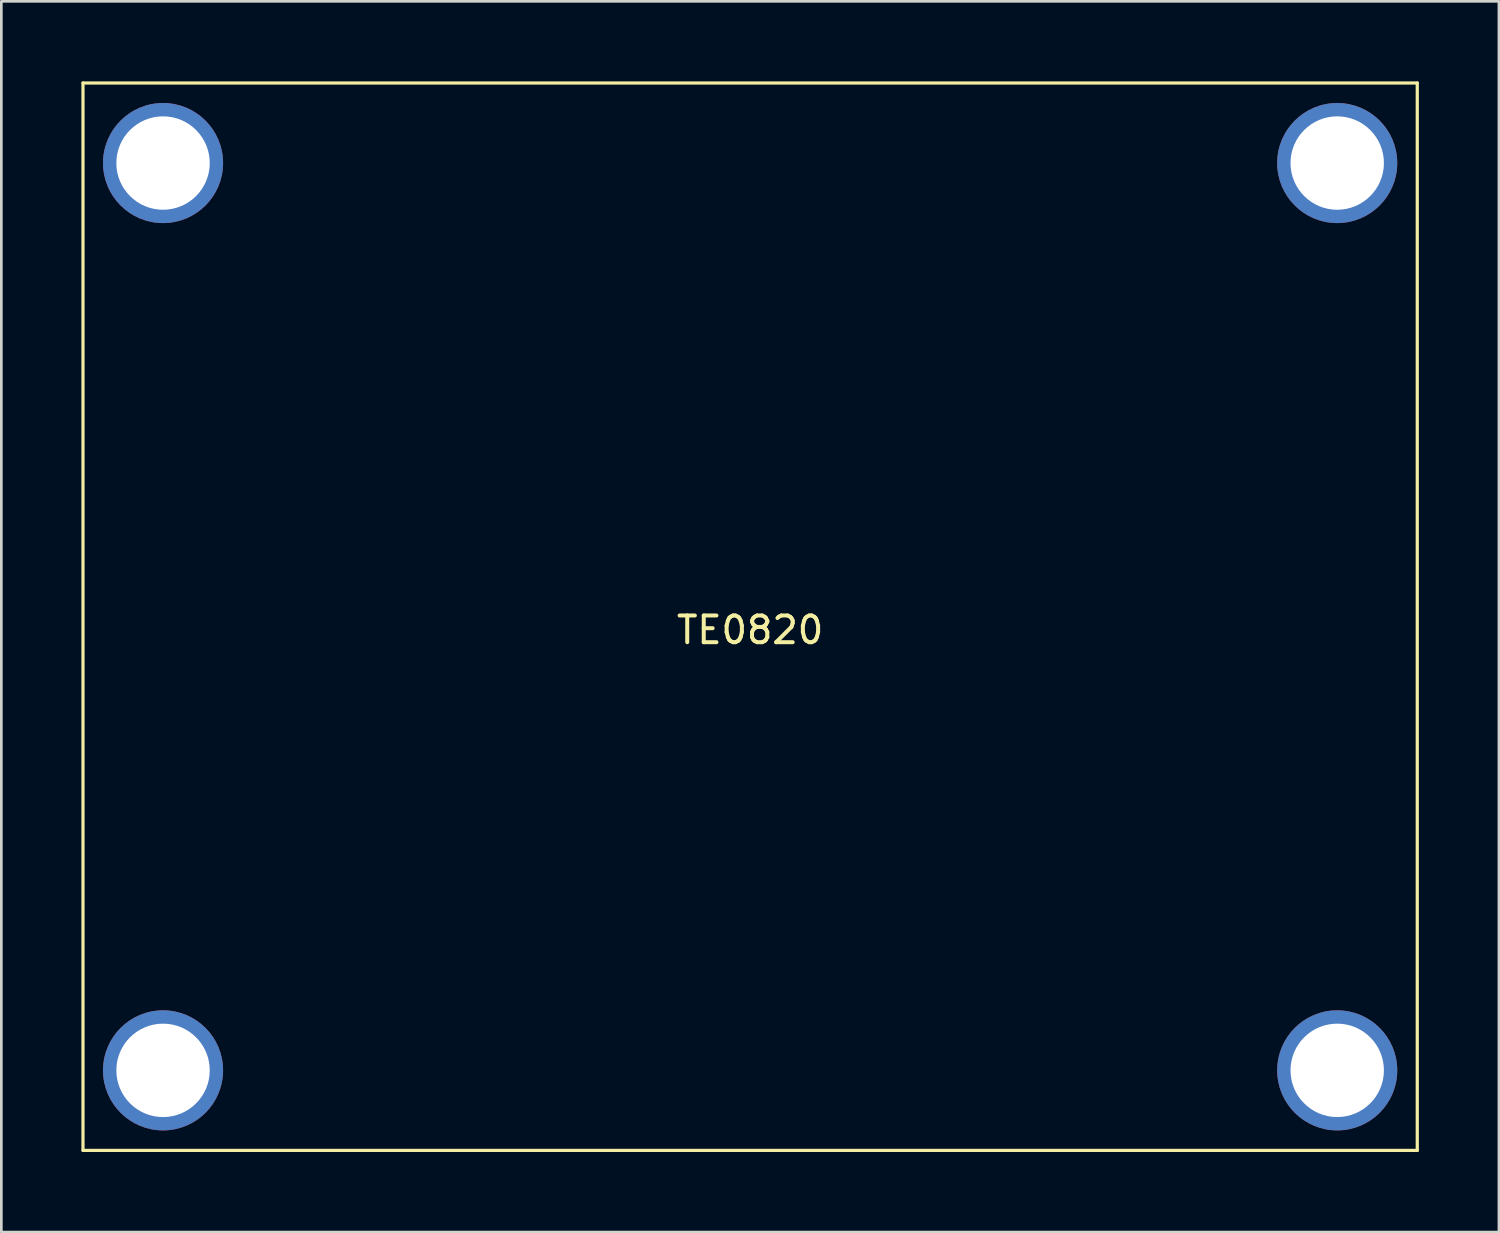
<source format=kicad_pcb>
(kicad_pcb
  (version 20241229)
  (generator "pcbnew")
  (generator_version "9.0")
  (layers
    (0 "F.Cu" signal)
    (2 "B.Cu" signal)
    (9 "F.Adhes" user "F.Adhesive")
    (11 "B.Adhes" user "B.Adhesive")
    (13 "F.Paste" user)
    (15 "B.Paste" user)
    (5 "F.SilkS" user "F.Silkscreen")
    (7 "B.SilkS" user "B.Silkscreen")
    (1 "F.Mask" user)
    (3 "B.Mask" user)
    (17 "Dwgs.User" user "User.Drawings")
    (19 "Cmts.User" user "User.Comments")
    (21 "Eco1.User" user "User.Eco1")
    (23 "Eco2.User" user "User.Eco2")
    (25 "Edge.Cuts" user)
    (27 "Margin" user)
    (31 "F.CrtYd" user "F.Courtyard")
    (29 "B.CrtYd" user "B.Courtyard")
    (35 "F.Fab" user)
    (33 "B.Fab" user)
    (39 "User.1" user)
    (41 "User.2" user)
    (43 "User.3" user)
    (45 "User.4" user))
  (footprint "TE0820"
    (layer "F.Cu")
    (at 25.06 20.06)
    (property "Reference" "TE0820" (at 0 0.5 0) (layer "F.SilkS") (effects (font (size 1 1) (thickness 0.15))))
    (attr through_hole)
    (fp_line (start -25 -20) (end 25 -20) (stroke (width 0.12) (type solid)) (layer "F.SilkS"))
    (fp_line (start -25 20) (end -25 -20) (stroke (width 0.12) (type solid)) (layer "F.SilkS"))
    (fp_line (start 25 -20) (end 25 20) (stroke (width 0.12) (type solid)) (layer "F.SilkS"))
    (fp_line (start 25 20) (end -25 20) (stroke (width 0.12) (type solid)) (layer "F.SilkS"))
    (pad "MNT" thru_hole circle (at -22 -17) (size 4.5 4.5) (drill 3.5) (layers "*.Cu" "*.Mask"))
    (pad "MNT" thru_hole circle (at -22 17) (size 4.5 4.5) (drill 3.5) (layers "*.Cu" "*.Mask"))
    (pad "MNT" thru_hole circle (at 22 -17) (size 4.5 4.5) (drill 3.5) (layers "*.Cu" "*.Mask"))
    (pad "MNT" thru_hole circle (at 22 17) (size 4.5 4.5) (drill 3.5) (layers "*.Cu" "*.Mask")))
  (gr_rect
    (start -3 -3)
    (end 53.12 43.12)
    (stroke (width 0.1) (type default))
    (fill no)
    (layer "Edge.Cuts")))
</source>
